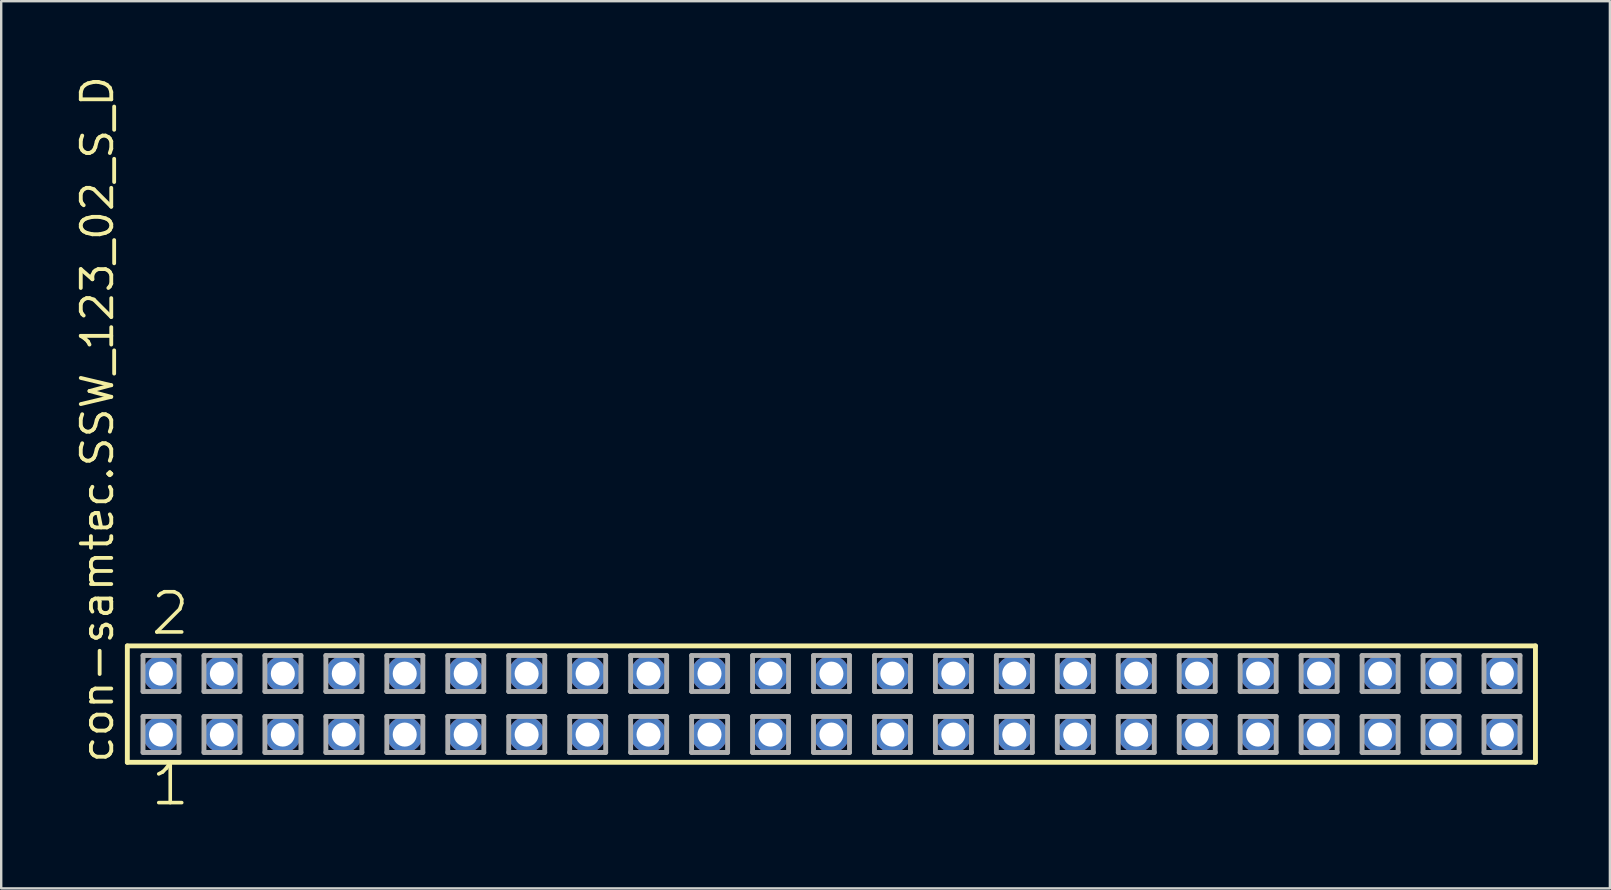
<source format=kicad_pcb>
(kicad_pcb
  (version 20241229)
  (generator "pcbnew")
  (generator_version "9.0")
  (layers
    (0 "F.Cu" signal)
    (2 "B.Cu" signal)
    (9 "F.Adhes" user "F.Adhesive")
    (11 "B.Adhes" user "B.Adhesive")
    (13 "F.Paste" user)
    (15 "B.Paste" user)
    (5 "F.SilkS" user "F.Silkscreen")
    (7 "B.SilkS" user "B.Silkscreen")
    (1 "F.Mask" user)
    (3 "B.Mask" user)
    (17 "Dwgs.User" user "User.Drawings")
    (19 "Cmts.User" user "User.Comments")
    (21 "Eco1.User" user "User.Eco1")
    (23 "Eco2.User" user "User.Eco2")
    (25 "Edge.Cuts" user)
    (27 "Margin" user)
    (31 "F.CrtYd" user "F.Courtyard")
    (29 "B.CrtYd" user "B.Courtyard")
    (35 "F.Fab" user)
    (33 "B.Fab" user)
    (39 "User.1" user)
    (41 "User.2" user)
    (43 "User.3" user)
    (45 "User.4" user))
  (footprint "con-samtec.SSW_123_02_S_D"
    (layer "F.Cu")
    (at 31.595 26.291)
    (property "Reference" "con-samtec.SSW_123_02_S_D" (at -29.845 2.54 90) (layer "F.SilkS") (effects (font (size 1.27 1.27) (thickness 0.16)) (justify left bottom)))
    (attr through_hole)
    (fp_line (start -29.339 -2.425) (end 29.339 -2.425) (stroke (width 0.203) (type default)) (layer "F.SilkS"))
    (fp_line (start -29.339 2.425) (end -29.339 -2.425) (stroke (width 0.203) (type default)) (layer "F.SilkS"))
    (fp_line (start 29.339 -2.425) (end 29.339 2.425) (stroke (width 0.203) (type default)) (layer "F.SilkS"))
    (fp_line (start 29.339 2.425) (end -29.339 2.425) (stroke (width 0.203) (type default)) (layer "F.SilkS"))
    (fp_line (start -28.685 -2.025) (end -27.185 -2.025) (stroke (width 0.203) (type default)) (layer "F.Fab"))
    (fp_line (start -28.685 -0.525) (end -28.685 -2.025) (stroke (width 0.203) (type default)) (layer "F.Fab"))
    (fp_line (start -28.685 0.515) (end -27.185 0.515) (stroke (width 0.203) (type default)) (layer "F.Fab"))
    (fp_line (start -28.685 2.015) (end -28.685 0.515) (stroke (width 0.203) (type default)) (layer "F.Fab"))
    (fp_line (start -27.185 -2.025) (end -27.185 -0.525) (stroke (width 0.203) (type default)) (layer "F.Fab"))
    (fp_line (start -27.185 -0.525) (end -28.685 -0.525) (stroke (width 0.203) (type default)) (layer "F.Fab"))
    (fp_line (start -27.185 0.515) (end -27.185 2.015) (stroke (width 0.203) (type default)) (layer "F.Fab"))
    (fp_line (start -27.185 2.015) (end -28.685 2.015) (stroke (width 0.203) (type default)) (layer "F.Fab"))
    (fp_line (start -26.145 -2.025) (end -24.645 -2.025) (stroke (width 0.203) (type default)) (layer "F.Fab"))
    (fp_line (start -26.145 -0.525) (end -26.145 -2.025) (stroke (width 0.203) (type default)) (layer "F.Fab"))
    (fp_line (start -26.145 0.515) (end -24.645 0.515) (stroke (width 0.203) (type default)) (layer "F.Fab"))
    (fp_line (start -26.145 2.015) (end -26.145 0.515) (stroke (width 0.203) (type default)) (layer "F.Fab"))
    (fp_line (start -24.645 -2.025) (end -24.645 -0.525) (stroke (width 0.203) (type default)) (layer "F.Fab"))
    (fp_line (start -24.645 -0.525) (end -26.145 -0.525) (stroke (width 0.203) (type default)) (layer "F.Fab"))
    (fp_line (start -24.645 0.515) (end -24.645 2.015) (stroke (width 0.203) (type default)) (layer "F.Fab"))
    (fp_line (start -24.645 2.015) (end -26.145 2.015) (stroke (width 0.203) (type default)) (layer "F.Fab"))
    (fp_line (start -23.605 -2.025) (end -22.105 -2.025) (stroke (width 0.203) (type default)) (layer "F.Fab"))
    (fp_line (start -23.605 -0.525) (end -23.605 -2.025) (stroke (width 0.203) (type default)) (layer "F.Fab"))
    (fp_line (start -23.605 0.515) (end -22.105 0.515) (stroke (width 0.203) (type default)) (layer "F.Fab"))
    (fp_line (start -23.605 2.015) (end -23.605 0.515) (stroke (width 0.203) (type default)) (layer "F.Fab"))
    (fp_line (start -22.105 -2.025) (end -22.105 -0.525) (stroke (width 0.203) (type default)) (layer "F.Fab"))
    (fp_line (start -22.105 -0.525) (end -23.605 -0.525) (stroke (width 0.203) (type default)) (layer "F.Fab"))
    (fp_line (start -22.105 0.515) (end -22.105 2.015) (stroke (width 0.203) (type default)) (layer "F.Fab"))
    (fp_line (start -22.105 2.015) (end -23.605 2.015) (stroke (width 0.203) (type default)) (layer "F.Fab"))
    (fp_line (start -21.065 -2.025) (end -19.565 -2.025) (stroke (width 0.203) (type default)) (layer "F.Fab"))
    (fp_line (start -21.065 -0.525) (end -21.065 -2.025) (stroke (width 0.203) (type default)) (layer "F.Fab"))
    (fp_line (start -21.065 0.515) (end -19.565 0.515) (stroke (width 0.203) (type default)) (layer "F.Fab"))
    (fp_line (start -21.065 2.015) (end -21.065 0.515) (stroke (width 0.203) (type default)) (layer "F.Fab"))
    (fp_line (start -19.565 -2.025) (end -19.565 -0.525) (stroke (width 0.203) (type default)) (layer "F.Fab"))
    (fp_line (start -19.565 -0.525) (end -21.065 -0.525) (stroke (width 0.203) (type default)) (layer "F.Fab"))
    (fp_line (start -19.565 0.515) (end -19.565 2.015) (stroke (width 0.203) (type default)) (layer "F.Fab"))
    (fp_line (start -19.565 2.015) (end -21.065 2.015) (stroke (width 0.203) (type default)) (layer "F.Fab"))
    (fp_line (start -18.525 -2.025) (end -17.025 -2.025) (stroke (width 0.203) (type default)) (layer "F.Fab"))
    (fp_line (start -18.525 -0.525) (end -18.525 -2.025) (stroke (width 0.203) (type default)) (layer "F.Fab"))
    (fp_line (start -18.525 0.515) (end -17.025 0.515) (stroke (width 0.203) (type default)) (layer "F.Fab"))
    (fp_line (start -18.525 2.015) (end -18.525 0.515) (stroke (width 0.203) (type default)) (layer "F.Fab"))
    (fp_line (start -17.025 -2.025) (end -17.025 -0.525) (stroke (width 0.203) (type default)) (layer "F.Fab"))
    (fp_line (start -17.025 -0.525) (end -18.525 -0.525) (stroke (width 0.203) (type default)) (layer "F.Fab"))
    (fp_line (start -17.025 0.515) (end -17.025 2.015) (stroke (width 0.203) (type default)) (layer "F.Fab"))
    (fp_line (start -17.025 2.015) (end -18.525 2.015) (stroke (width 0.203) (type default)) (layer "F.Fab"))
    (fp_line (start -15.985 -2.025) (end -14.485 -2.025) (stroke (width 0.203) (type default)) (layer "F.Fab"))
    (fp_line (start -15.985 -0.525) (end -15.985 -2.025) (stroke (width 0.203) (type default)) (layer "F.Fab"))
    (fp_line (start -15.985 0.515) (end -14.485 0.515) (stroke (width 0.203) (type default)) (layer "F.Fab"))
    (fp_line (start -15.985 2.015) (end -15.985 0.515) (stroke (width 0.203) (type default)) (layer "F.Fab"))
    (fp_line (start -14.485 -2.025) (end -14.485 -0.525) (stroke (width 0.203) (type default)) (layer "F.Fab"))
    (fp_line (start -14.485 -0.525) (end -15.985 -0.525) (stroke (width 0.203) (type default)) (layer "F.Fab"))
    (fp_line (start -14.485 0.515) (end -14.485 2.015) (stroke (width 0.203) (type default)) (layer "F.Fab"))
    (fp_line (start -14.485 2.015) (end -15.985 2.015) (stroke (width 0.203) (type default)) (layer "F.Fab"))
    (fp_line (start -13.445 -2.025) (end -11.945 -2.025) (stroke (width 0.203) (type default)) (layer "F.Fab"))
    (fp_line (start -13.445 -0.525) (end -13.445 -2.025) (stroke (width 0.203) (type default)) (layer "F.Fab"))
    (fp_line (start -13.445 0.515) (end -11.945 0.515) (stroke (width 0.203) (type default)) (layer "F.Fab"))
    (fp_line (start -13.445 2.015) (end -13.445 0.515) (stroke (width 0.203) (type default)) (layer "F.Fab"))
    (fp_line (start -11.945 -2.025) (end -11.945 -0.525) (stroke (width 0.203) (type default)) (layer "F.Fab"))
    (fp_line (start -11.945 -0.525) (end -13.445 -0.525) (stroke (width 0.203) (type default)) (layer "F.Fab"))
    (fp_line (start -11.945 0.515) (end -11.945 2.015) (stroke (width 0.203) (type default)) (layer "F.Fab"))
    (fp_line (start -11.945 2.015) (end -13.445 2.015) (stroke (width 0.203) (type default)) (layer "F.Fab"))
    (fp_line (start -10.905 -2.025) (end -9.405 -2.025) (stroke (width 0.203) (type default)) (layer "F.Fab"))
    (fp_line (start -10.905 -0.525) (end -10.905 -2.025) (stroke (width 0.203) (type default)) (layer "F.Fab"))
    (fp_line (start -10.905 0.515) (end -9.405 0.515) (stroke (width 0.203) (type default)) (layer "F.Fab"))
    (fp_line (start -10.905 2.015) (end -10.905 0.515) (stroke (width 0.203) (type default)) (layer "F.Fab"))
    (fp_line (start -9.405 -2.025) (end -9.405 -0.525) (stroke (width 0.203) (type default)) (layer "F.Fab"))
    (fp_line (start -9.405 -0.525) (end -10.905 -0.525) (stroke (width 0.203) (type default)) (layer "F.Fab"))
    (fp_line (start -9.405 0.515) (end -9.405 2.015) (stroke (width 0.203) (type default)) (layer "F.Fab"))
    (fp_line (start -9.405 2.015) (end -10.905 2.015) (stroke (width 0.203) (type default)) (layer "F.Fab"))
    (fp_line (start -8.365 -2.025) (end -6.865 -2.025) (stroke (width 0.203) (type default)) (layer "F.Fab"))
    (fp_line (start -8.365 -0.525) (end -8.365 -2.025) (stroke (width 0.203) (type default)) (layer "F.Fab"))
    (fp_line (start -8.365 0.515) (end -6.865 0.515) (stroke (width 0.203) (type default)) (layer "F.Fab"))
    (fp_line (start -8.365 2.015) (end -8.365 0.515) (stroke (width 0.203) (type default)) (layer "F.Fab"))
    (fp_line (start -6.865 -2.025) (end -6.865 -0.525) (stroke (width 0.203) (type default)) (layer "F.Fab"))
    (fp_line (start -6.865 -0.525) (end -8.365 -0.525) (stroke (width 0.203) (type default)) (layer "F.Fab"))
    (fp_line (start -6.865 0.515) (end -6.865 2.015) (stroke (width 0.203) (type default)) (layer "F.Fab"))
    (fp_line (start -6.865 2.015) (end -8.365 2.015) (stroke (width 0.203) (type default)) (layer "F.Fab"))
    (fp_line (start -5.825 -2.025) (end -4.325 -2.025) (stroke (width 0.203) (type default)) (layer "F.Fab"))
    (fp_line (start -5.825 -0.525) (end -5.825 -2.025) (stroke (width 0.203) (type default)) (layer "F.Fab"))
    (fp_line (start -5.825 0.515) (end -4.325 0.515) (stroke (width 0.203) (type default)) (layer "F.Fab"))
    (fp_line (start -5.825 2.015) (end -5.825 0.515) (stroke (width 0.203) (type default)) (layer "F.Fab"))
    (fp_line (start -4.325 -2.025) (end -4.325 -0.525) (stroke (width 0.203) (type default)) (layer "F.Fab"))
    (fp_line (start -4.325 -0.525) (end -5.825 -0.525) (stroke (width 0.203) (type default)) (layer "F.Fab"))
    (fp_line (start -4.325 0.515) (end -4.325 2.015) (stroke (width 0.203) (type default)) (layer "F.Fab"))
    (fp_line (start -4.325 2.015) (end -5.825 2.015) (stroke (width 0.203) (type default)) (layer "F.Fab"))
    (fp_line (start -3.285 -2.025) (end -1.785 -2.025) (stroke (width 0.203) (type default)) (layer "F.Fab"))
    (fp_line (start -3.285 -0.525) (end -3.285 -2.025) (stroke (width 0.203) (type default)) (layer "F.Fab"))
    (fp_line (start -3.285 0.515) (end -1.785 0.515) (stroke (width 0.203) (type default)) (layer "F.Fab"))
    (fp_line (start -3.285 2.015) (end -3.285 0.515) (stroke (width 0.203) (type default)) (layer "F.Fab"))
    (fp_line (start -1.785 -2.025) (end -1.785 -0.525) (stroke (width 0.203) (type default)) (layer "F.Fab"))
    (fp_line (start -1.785 -0.525) (end -3.285 -0.525) (stroke (width 0.203) (type default)) (layer "F.Fab"))
    (fp_line (start -1.785 0.515) (end -1.785 2.015) (stroke (width 0.203) (type default)) (layer "F.Fab"))
    (fp_line (start -1.785 2.015) (end -3.285 2.015) (stroke (width 0.203) (type default)) (layer "F.Fab"))
    (fp_line (start -0.745 -2.025) (end 0.755 -2.025) (stroke (width 0.203) (type default)) (layer "F.Fab"))
    (fp_line (start -0.745 -0.525) (end -0.745 -2.025) (stroke (width 0.203) (type default)) (layer "F.Fab"))
    (fp_line (start -0.745 0.515) (end 0.755 0.515) (stroke (width 0.203) (type default)) (layer "F.Fab"))
    (fp_line (start -0.745 2.015) (end -0.745 0.515) (stroke (width 0.203) (type default)) (layer "F.Fab"))
    (fp_line (start 0.755 -2.025) (end 0.755 -0.525) (stroke (width 0.203) (type default)) (layer "F.Fab"))
    (fp_line (start 0.755 -0.525) (end -0.745 -0.525) (stroke (width 0.203) (type default)) (layer "F.Fab"))
    (fp_line (start 0.755 0.515) (end 0.755 2.015) (stroke (width 0.203) (type default)) (layer "F.Fab"))
    (fp_line (start 0.755 2.015) (end -0.745 2.015) (stroke (width 0.203) (type default)) (layer "F.Fab"))
    (fp_line (start 1.795 -2.025) (end 3.295 -2.025) (stroke (width 0.203) (type default)) (layer "F.Fab"))
    (fp_line (start 1.795 -0.525) (end 1.795 -2.025) (stroke (width 0.203) (type default)) (layer "F.Fab"))
    (fp_line (start 1.795 0.515) (end 3.295 0.515) (stroke (width 0.203) (type default)) (layer "F.Fab"))
    (fp_line (start 1.795 2.015) (end 1.795 0.515) (stroke (width 0.203) (type default)) (layer "F.Fab"))
    (fp_line (start 3.295 -2.025) (end 3.295 -0.525) (stroke (width 0.203) (type default)) (layer "F.Fab"))
    (fp_line (start 3.295 -0.525) (end 1.795 -0.525) (stroke (width 0.203) (type default)) (layer "F.Fab"))
    (fp_line (start 3.295 0.515) (end 3.295 2.015) (stroke (width 0.203) (type default)) (layer "F.Fab"))
    (fp_line (start 3.295 2.015) (end 1.795 2.015) (stroke (width 0.203) (type default)) (layer "F.Fab"))
    (fp_line (start 4.335 -2.025) (end 5.835 -2.025) (stroke (width 0.203) (type default)) (layer "F.Fab"))
    (fp_line (start 4.335 -0.525) (end 4.335 -2.025) (stroke (width 0.203) (type default)) (layer "F.Fab"))
    (fp_line (start 4.335 0.515) (end 5.835 0.515) (stroke (width 0.203) (type default)) (layer "F.Fab"))
    (fp_line (start 4.335 2.015) (end 4.335 0.515) (stroke (width 0.203) (type default)) (layer "F.Fab"))
    (fp_line (start 5.835 -2.025) (end 5.835 -0.525) (stroke (width 0.203) (type default)) (layer "F.Fab"))
    (fp_line (start 5.835 -0.525) (end 4.335 -0.525) (stroke (width 0.203) (type default)) (layer "F.Fab"))
    (fp_line (start 5.835 0.515) (end 5.835 2.015) (stroke (width 0.203) (type default)) (layer "F.Fab"))
    (fp_line (start 5.835 2.015) (end 4.335 2.015) (stroke (width 0.203) (type default)) (layer "F.Fab"))
    (fp_line (start 6.875 -2.025) (end 8.375 -2.025) (stroke (width 0.203) (type default)) (layer "F.Fab"))
    (fp_line (start 6.875 -0.525) (end 6.875 -2.025) (stroke (width 0.203) (type default)) (layer "F.Fab"))
    (fp_line (start 6.875 0.515) (end 8.375 0.515) (stroke (width 0.203) (type default)) (layer "F.Fab"))
    (fp_line (start 6.875 2.015) (end 6.875 0.515) (stroke (width 0.203) (type default)) (layer "F.Fab"))
    (fp_line (start 8.375 -2.025) (end 8.375 -0.525) (stroke (width 0.203) (type default)) (layer "F.Fab"))
    (fp_line (start 8.375 -0.525) (end 6.875 -0.525) (stroke (width 0.203) (type default)) (layer "F.Fab"))
    (fp_line (start 8.375 0.515) (end 8.375 2.015) (stroke (width 0.203) (type default)) (layer "F.Fab"))
    (fp_line (start 8.375 2.015) (end 6.875 2.015) (stroke (width 0.203) (type default)) (layer "F.Fab"))
    (fp_line (start 9.415 -2.025) (end 10.915 -2.025) (stroke (width 0.203) (type default)) (layer "F.Fab"))
    (fp_line (start 9.415 -0.525) (end 9.415 -2.025) (stroke (width 0.203) (type default)) (layer "F.Fab"))
    (fp_line (start 9.415 0.515) (end 10.915 0.515) (stroke (width 0.203) (type default)) (layer "F.Fab"))
    (fp_line (start 9.415 2.015) (end 9.415 0.515) (stroke (width 0.203) (type default)) (layer "F.Fab"))
    (fp_line (start 10.915 -2.025) (end 10.915 -0.525) (stroke (width 0.203) (type default)) (layer "F.Fab"))
    (fp_line (start 10.915 -0.525) (end 9.415 -0.525) (stroke (width 0.203) (type default)) (layer "F.Fab"))
    (fp_line (start 10.915 0.515) (end 10.915 2.015) (stroke (width 0.203) (type default)) (layer "F.Fab"))
    (fp_line (start 10.915 2.015) (end 9.415 2.015) (stroke (width 0.203) (type default)) (layer "F.Fab"))
    (fp_line (start 11.955 -2.025) (end 13.455 -2.025) (stroke (width 0.203) (type default)) (layer "F.Fab"))
    (fp_line (start 11.955 -0.525) (end 11.955 -2.025) (stroke (width 0.203) (type default)) (layer "F.Fab"))
    (fp_line (start 11.955 0.515) (end 13.455 0.515) (stroke (width 0.203) (type default)) (layer "F.Fab"))
    (fp_line (start 11.955 2.015) (end 11.955 0.515) (stroke (width 0.203) (type default)) (layer "F.Fab"))
    (fp_line (start 13.455 -2.025) (end 13.455 -0.525) (stroke (width 0.203) (type default)) (layer "F.Fab"))
    (fp_line (start 13.455 -0.525) (end 11.955 -0.525) (stroke (width 0.203) (type default)) (layer "F.Fab"))
    (fp_line (start 13.455 0.515) (end 13.455 2.015) (stroke (width 0.203) (type default)) (layer "F.Fab"))
    (fp_line (start 13.455 2.015) (end 11.955 2.015) (stroke (width 0.203) (type default)) (layer "F.Fab"))
    (fp_line (start 14.495 -2.025) (end 15.995 -2.025) (stroke (width 0.203) (type default)) (layer "F.Fab"))
    (fp_line (start 14.495 -0.525) (end 14.495 -2.025) (stroke (width 0.203) (type default)) (layer "F.Fab"))
    (fp_line (start 14.495 0.515) (end 15.995 0.515) (stroke (width 0.203) (type default)) (layer "F.Fab"))
    (fp_line (start 14.495 2.015) (end 14.495 0.515) (stroke (width 0.203) (type default)) (layer "F.Fab"))
    (fp_line (start 15.995 -2.025) (end 15.995 -0.525) (stroke (width 0.203) (type default)) (layer "F.Fab"))
    (fp_line (start 15.995 -0.525) (end 14.495 -0.525) (stroke (width 0.203) (type default)) (layer "F.Fab"))
    (fp_line (start 15.995 0.515) (end 15.995 2.015) (stroke (width 0.203) (type default)) (layer "F.Fab"))
    (fp_line (start 15.995 2.015) (end 14.495 2.015) (stroke (width 0.203) (type default)) (layer "F.Fab"))
    (fp_line (start 17.035 -2.025) (end 18.535 -2.025) (stroke (width 0.203) (type default)) (layer "F.Fab"))
    (fp_line (start 17.035 -0.525) (end 17.035 -2.025) (stroke (width 0.203) (type default)) (layer "F.Fab"))
    (fp_line (start 17.035 0.515) (end 18.535 0.515) (stroke (width 0.203) (type default)) (layer "F.Fab"))
    (fp_line (start 17.035 2.015) (end 17.035 0.515) (stroke (width 0.203) (type default)) (layer "F.Fab"))
    (fp_line (start 18.535 -2.025) (end 18.535 -0.525) (stroke (width 0.203) (type default)) (layer "F.Fab"))
    (fp_line (start 18.535 -0.525) (end 17.035 -0.525) (stroke (width 0.203) (type default)) (layer "F.Fab"))
    (fp_line (start 18.535 0.515) (end 18.535 2.015) (stroke (width 0.203) (type default)) (layer "F.Fab"))
    (fp_line (start 18.535 2.015) (end 17.035 2.015) (stroke (width 0.203) (type default)) (layer "F.Fab"))
    (fp_line (start 19.575 -2.025) (end 21.075 -2.025) (stroke (width 0.203) (type default)) (layer "F.Fab"))
    (fp_line (start 19.575 -0.525) (end 19.575 -2.025) (stroke (width 0.203) (type default)) (layer "F.Fab"))
    (fp_line (start 19.575 0.515) (end 21.075 0.515) (stroke (width 0.203) (type default)) (layer "F.Fab"))
    (fp_line (start 19.575 2.015) (end 19.575 0.515) (stroke (width 0.203) (type default)) (layer "F.Fab"))
    (fp_line (start 21.075 -2.025) (end 21.075 -0.525) (stroke (width 0.203) (type default)) (layer "F.Fab"))
    (fp_line (start 21.075 -0.525) (end 19.575 -0.525) (stroke (width 0.203) (type default)) (layer "F.Fab"))
    (fp_line (start 21.075 0.515) (end 21.075 2.015) (stroke (width 0.203) (type default)) (layer "F.Fab"))
    (fp_line (start 21.075 2.015) (end 19.575 2.015) (stroke (width 0.203) (type default)) (layer "F.Fab"))
    (fp_line (start 22.115 -2.025) (end 23.615 -2.025) (stroke (width 0.203) (type default)) (layer "F.Fab"))
    (fp_line (start 22.115 -0.525) (end 22.115 -2.025) (stroke (width 0.203) (type default)) (layer "F.Fab"))
    (fp_line (start 22.115 0.515) (end 23.615 0.515) (stroke (width 0.203) (type default)) (layer "F.Fab"))
    (fp_line (start 22.115 2.015) (end 22.115 0.515) (stroke (width 0.203) (type default)) (layer "F.Fab"))
    (fp_line (start 23.615 -2.025) (end 23.615 -0.525) (stroke (width 0.203) (type default)) (layer "F.Fab"))
    (fp_line (start 23.615 -0.525) (end 22.115 -0.525) (stroke (width 0.203) (type default)) (layer "F.Fab"))
    (fp_line (start 23.615 0.515) (end 23.615 2.015) (stroke (width 0.203) (type default)) (layer "F.Fab"))
    (fp_line (start 23.615 2.015) (end 22.115 2.015) (stroke (width 0.203) (type default)) (layer "F.Fab"))
    (fp_line (start 24.655 -2.025) (end 26.155 -2.025) (stroke (width 0.203) (type default)) (layer "F.Fab"))
    (fp_line (start 24.655 -0.525) (end 24.655 -2.025) (stroke (width 0.203) (type default)) (layer "F.Fab"))
    (fp_line (start 24.655 0.515) (end 26.155 0.515) (stroke (width 0.203) (type default)) (layer "F.Fab"))
    (fp_line (start 24.655 2.015) (end 24.655 0.515) (stroke (width 0.203) (type default)) (layer "F.Fab"))
    (fp_line (start 26.155 -2.025) (end 26.155 -0.525) (stroke (width 0.203) (type default)) (layer "F.Fab"))
    (fp_line (start 26.155 -0.525) (end 24.655 -0.525) (stroke (width 0.203) (type default)) (layer "F.Fab"))
    (fp_line (start 26.155 0.515) (end 26.155 2.015) (stroke (width 0.203) (type default)) (layer "F.Fab"))
    (fp_line (start 26.155 2.015) (end 24.655 2.015) (stroke (width 0.203) (type default)) (layer "F.Fab"))
    (fp_line (start 27.195 -2.025) (end 28.695 -2.025) (stroke (width 0.203) (type default)) (layer "F.Fab"))
    (fp_line (start 27.195 -0.525) (end 27.195 -2.025) (stroke (width 0.203) (type default)) (layer "F.Fab"))
    (fp_line (start 27.195 0.515) (end 28.695 0.515) (stroke (width 0.203) (type default)) (layer "F.Fab"))
    (fp_line (start 27.195 2.015) (end 27.195 0.515) (stroke (width 0.203) (type default)) (layer "F.Fab"))
    (fp_line (start 28.695 -2.025) (end 28.695 -0.525) (stroke (width 0.203) (type default)) (layer "F.Fab"))
    (fp_line (start 28.695 -0.525) (end 27.195 -0.525) (stroke (width 0.203) (type default)) (layer "F.Fab"))
    (fp_line (start 28.695 0.515) (end 28.695 2.015) (stroke (width 0.203) (type default)) (layer "F.Fab"))
    (fp_line (start 28.695 2.015) (end 27.195 2.015) (stroke (width 0.203) (type default)) (layer "F.Fab"))
    (fp_text user "1" (at -28.448 4.318 0) (layer "F.SilkS") (effects (font (size 1.676 1.676) (thickness 0.15)) (justify left bottom)))
    (fp_text user "2" (at -28.448 -2.794 0) (layer "F.SilkS") (effects (font (size 1.676 1.676) (thickness 0.15)) (justify left bottom)))
    (pad "1" thru_hole circle (at -27.94 1.27) (size 1.5 1.5) (drill 1) (layers "*.Cu" "*.Mask"))
    (pad "2" thru_hole circle (at -27.94 -1.27) (size 1.5 1.5) (drill 1) (layers "*.Cu" "*.Mask"))
    (pad "3" thru_hole circle (at -25.4 1.27) (size 1.5 1.5) (drill 1) (layers "*.Cu" "*.Mask"))
    (pad "4" thru_hole circle (at -25.4 -1.27) (size 1.5 1.5) (drill 1) (layers "*.Cu" "*.Mask"))
    (pad "5" thru_hole circle (at -22.86 1.27) (size 1.5 1.5) (drill 1) (layers "*.Cu" "*.Mask"))
    (pad "6" thru_hole circle (at -22.86 -1.27) (size 1.5 1.5) (drill 1) (layers "*.Cu" "*.Mask"))
    (pad "7" thru_hole circle (at -20.32 1.27) (size 1.5 1.5) (drill 1) (layers "*.Cu" "*.Mask"))
    (pad "8" thru_hole circle (at -20.32 -1.27) (size 1.5 1.5) (drill 1) (layers "*.Cu" "*.Mask"))
    (pad "9" thru_hole circle (at -17.78 1.27) (size 1.5 1.5) (drill 1) (layers "*.Cu" "*.Mask"))
    (pad "10" thru_hole circle (at -17.78 -1.27) (size 1.5 1.5) (drill 1) (layers "*.Cu" "*.Mask"))
    (pad "11" thru_hole circle (at -15.24 1.27) (size 1.5 1.5) (drill 1) (layers "*.Cu" "*.Mask"))
    (pad "12" thru_hole circle (at -15.24 -1.27) (size 1.5 1.5) (drill 1) (layers "*.Cu" "*.Mask"))
    (pad "13" thru_hole circle (at -12.7 1.27) (size 1.5 1.5) (drill 1) (layers "*.Cu" "*.Mask"))
    (pad "14" thru_hole circle (at -12.7 -1.27) (size 1.5 1.5) (drill 1) (layers "*.Cu" "*.Mask"))
    (pad "15" thru_hole circle (at -10.16 1.27) (size 1.5 1.5) (drill 1) (layers "*.Cu" "*.Mask"))
    (pad "16" thru_hole circle (at -10.16 -1.27) (size 1.5 1.5) (drill 1) (layers "*.Cu" "*.Mask"))
    (pad "17" thru_hole circle (at -7.62 1.27) (size 1.5 1.5) (drill 1) (layers "*.Cu" "*.Mask"))
    (pad "18" thru_hole circle (at -7.62 -1.27) (size 1.5 1.5) (drill 1) (layers "*.Cu" "*.Mask"))
    (pad "19" thru_hole circle (at -5.08 1.27) (size 1.5 1.5) (drill 1) (layers "*.Cu" "*.Mask"))
    (pad "20" thru_hole circle (at -5.08 -1.27) (size 1.5 1.5) (drill 1) (layers "*.Cu" "*.Mask"))
    (pad "21" thru_hole circle (at -2.54 1.27) (size 1.5 1.5) (drill 1) (layers "*.Cu" "*.Mask"))
    (pad "22" thru_hole circle (at -2.54 -1.27) (size 1.5 1.5) (drill 1) (layers "*.Cu" "*.Mask"))
    (pad "23" thru_hole circle (at 0 1.27) (size 1.5 1.5) (drill 1) (layers "*.Cu" "*.Mask"))
    (pad "24" thru_hole circle (at 0 -1.27) (size 1.5 1.5) (drill 1) (layers "*.Cu" "*.Mask"))
    (pad "25" thru_hole circle (at 2.54 1.27) (size 1.5 1.5) (drill 1) (layers "*.Cu" "*.Mask"))
    (pad "26" thru_hole circle (at 2.54 -1.27) (size 1.5 1.5) (drill 1) (layers "*.Cu" "*.Mask"))
    (pad "27" thru_hole circle (at 5.08 1.27) (size 1.5 1.5) (drill 1) (layers "*.Cu" "*.Mask"))
    (pad "28" thru_hole circle (at 5.08 -1.27) (size 1.5 1.5) (drill 1) (layers "*.Cu" "*.Mask"))
    (pad "29" thru_hole circle (at 7.62 1.27) (size 1.5 1.5) (drill 1) (layers "*.Cu" "*.Mask"))
    (pad "30" thru_hole circle (at 7.62 -1.27) (size 1.5 1.5) (drill 1) (layers "*.Cu" "*.Mask"))
    (pad "31" thru_hole circle (at 10.16 1.27) (size 1.5 1.5) (drill 1) (layers "*.Cu" "*.Mask"))
    (pad "32" thru_hole circle (at 10.16 -1.27) (size 1.5 1.5) (drill 1) (layers "*.Cu" "*.Mask"))
    (pad "33" thru_hole circle (at 12.7 1.27) (size 1.5 1.5) (drill 1) (layers "*.Cu" "*.Mask"))
    (pad "34" thru_hole circle (at 12.7 -1.27) (size 1.5 1.5) (drill 1) (layers "*.Cu" "*.Mask"))
    (pad "35" thru_hole circle (at 15.24 1.27) (size 1.5 1.5) (drill 1) (layers "*.Cu" "*.Mask"))
    (pad "36" thru_hole circle (at 15.24 -1.27) (size 1.5 1.5) (drill 1) (layers "*.Cu" "*.Mask"))
    (pad "37" thru_hole circle (at 17.78 1.27) (size 1.5 1.5) (drill 1) (layers "*.Cu" "*.Mask"))
    (pad "38" thru_hole circle (at 17.78 -1.27) (size 1.5 1.5) (drill 1) (layers "*.Cu" "*.Mask"))
    (pad "39" thru_hole circle (at 20.32 1.27) (size 1.5 1.5) (drill 1) (layers "*.Cu" "*.Mask"))
    (pad "40" thru_hole circle (at 20.32 -1.27) (size 1.5 1.5) (drill 1) (layers "*.Cu" "*.Mask"))
    (pad "41" thru_hole circle (at 22.86 1.27) (size 1.5 1.5) (drill 1) (layers "*.Cu" "*.Mask"))
    (pad "42" thru_hole circle (at 22.86 -1.27) (size 1.5 1.5) (drill 1) (layers "*.Cu" "*.Mask"))
    (pad "43" thru_hole circle (at 25.4 1.27) (size 1.5 1.5) (drill 1) (layers "*.Cu" "*.Mask"))
    (pad "44" thru_hole circle (at 25.4 -1.27) (size 1.5 1.5) (drill 1) (layers "*.Cu" "*.Mask"))
    (pad "45" thru_hole circle (at 27.94 1.27) (size 1.5 1.5) (drill 1) (layers "*.Cu" "*.Mask"))
    (pad "46" thru_hole circle (at 27.94 -1.27) (size 1.5 1.5) (drill 1) (layers "*.Cu" "*.Mask")))
  (gr_rect
    (start -3 -3)
    (end 64.036 33.971)
    (stroke (width 0.1) (type default))
    (fill no)
    (layer "Edge.Cuts")))
</source>
